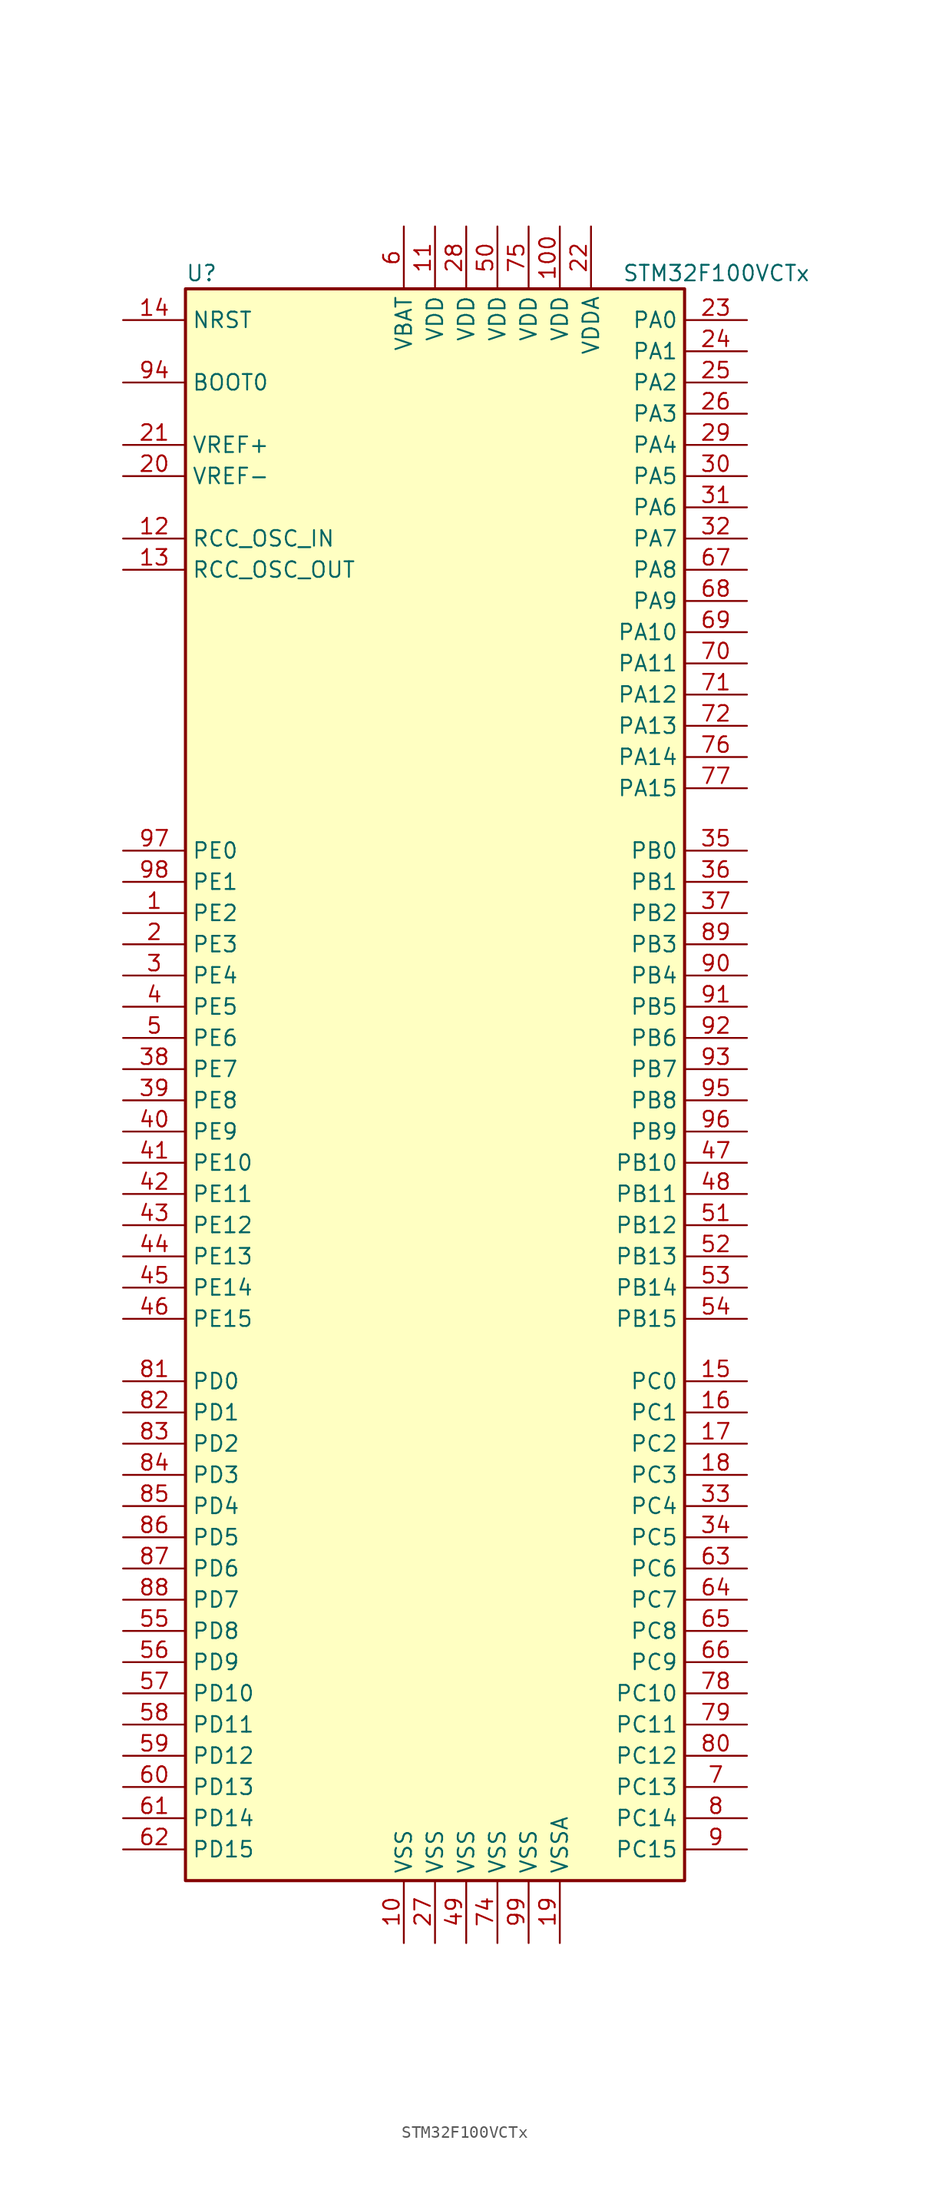
<source format=kicad_sym>
(kicad_symbol_lib
  (version 20201005)
  (generator kicad_symbol_editor)
  (symbol "STM32F100VCTx"
    (property "Reference" "U"
      (at -20.32 64.77 0)
      (effects (font (size 1.27 1.27)) (justify left)))
    (property "Value" "STM32F100VCTx"
      (at 15.24 64.77 0)
      (effects (font (size 1.27 1.27)) (justify left)))
    (symbol "STM32F100VCTx_0_1"
      (rectangle (start -20.32 -66.04) (end 20.32 63.5) (stroke (width 0.254)) (fill (type background))))
    (symbol "STM32F100VCTx_1_1"
      (pin bidirectional line (at -25.4 12.7 0) (length 5.08) (name "PE2" (effects (font (size 1.27 1.27)))) (number "1" (effects (font (size 1.27 1.27)))))
      (pin power_in line (at -2.54 -71.12 90) (length 5.08) (name "VSS" (effects (font (size 1.27 1.27)))) (number "10" (effects (font (size 1.27 1.27)))))
      (pin power_in line (at 10.16 68.58 270) (length 5.08) (name "VDD" (effects (font (size 1.27 1.27)))) (number "100" (effects (font (size 1.27 1.27)))))
      (pin power_in line (at 0 68.58 270) (length 5.08) (name "VDD" (effects (font (size 1.27 1.27)))) (number "11" (effects (font (size 1.27 1.27)))))
      (pin input line (at -25.4 43.18 0) (length 5.08) (name "RCC_OSC_IN" (effects (font (size 1.27 1.27)))) (number "12" (effects (font (size 1.27 1.27)))))
      (pin input line (at -25.4 40.64 0) (length 5.08) (name "RCC_OSC_OUT" (effects (font (size 1.27 1.27)))) (number "13" (effects (font (size 1.27 1.27)))))
      (pin input line (at -25.4 60.96 0) (length 5.08) (name "NRST" (effects (font (size 1.27 1.27)))) (number "14" (effects (font (size 1.27 1.27)))))
      (pin bidirectional line (at 25.4 -25.4 180) (length 5.08) (name "PC0" (effects (font (size 1.27 1.27)))) (number "15" (effects (font (size 1.27 1.27)))))
      (pin bidirectional line (at 25.4 -27.94 180) (length 5.08) (name "PC1" (effects (font (size 1.27 1.27)))) (number "16" (effects (font (size 1.27 1.27)))))
      (pin bidirectional line (at 25.4 -30.48 180) (length 5.08) (name "PC2" (effects (font (size 1.27 1.27)))) (number "17" (effects (font (size 1.27 1.27)))))
      (pin bidirectional line (at 25.4 -33.02 180) (length 5.08) (name "PC3" (effects (font (size 1.27 1.27)))) (number "18" (effects (font (size 1.27 1.27)))))
      (pin power_in line (at 10.16 -71.12 90) (length 5.08) (name "VSSA" (effects (font (size 1.27 1.27)))) (number "19" (effects (font (size 1.27 1.27)))))
      (pin bidirectional line (at -25.4 10.16 0) (length 5.08) (name "PE3" (effects (font (size 1.27 1.27)))) (number "2" (effects (font (size 1.27 1.27)))))
      (pin power_in line (at -25.4 48.26 0) (length 5.08) (name "VREF-" (effects (font (size 1.27 1.27)))) (number "20" (effects (font (size 1.27 1.27)))))
      (pin power_in line (at -25.4 50.8 0) (length 5.08) (name "VREF+" (effects (font (size 1.27 1.27)))) (number "21" (effects (font (size 1.27 1.27)))))
      (pin power_in line (at 12.7 68.58 270) (length 5.08) (name "VDDA" (effects (font (size 1.27 1.27)))) (number "22" (effects (font (size 1.27 1.27)))))
      (pin bidirectional line (at 25.4 60.96 180) (length 5.08) (name "PA0" (effects (font (size 1.27 1.27)))) (number "23" (effects (font (size 1.27 1.27)))))
      (pin bidirectional line (at 25.4 58.42 180) (length 5.08) (name "PA1" (effects (font (size 1.27 1.27)))) (number "24" (effects (font (size 1.27 1.27)))))
      (pin bidirectional line (at 25.4 55.88 180) (length 5.08) (name "PA2" (effects (font (size 1.27 1.27)))) (number "25" (effects (font (size 1.27 1.27)))))
      (pin bidirectional line (at 25.4 53.34 180) (length 5.08) (name "PA3" (effects (font (size 1.27 1.27)))) (number "26" (effects (font (size 1.27 1.27)))))
      (pin power_in line (at 0 -71.12 90) (length 5.08) (name "VSS" (effects (font (size 1.27 1.27)))) (number "27" (effects (font (size 1.27 1.27)))))
      (pin power_in line (at 2.54 68.58 270) (length 5.08) (name "VDD" (effects (font (size 1.27 1.27)))) (number "28" (effects (font (size 1.27 1.27)))))
      (pin bidirectional line (at 25.4 50.8 180) (length 5.08) (name "PA4" (effects (font (size 1.27 1.27)))) (number "29" (effects (font (size 1.27 1.27)))))
      (pin bidirectional line (at -25.4 7.62 0) (length 5.08) (name "PE4" (effects (font (size 1.27 1.27)))) (number "3" (effects (font (size 1.27 1.27)))))
      (pin bidirectional line (at 25.4 48.26 180) (length 5.08) (name "PA5" (effects (font (size 1.27 1.27)))) (number "30" (effects (font (size 1.27 1.27)))))
      (pin bidirectional line (at 25.4 45.72 180) (length 5.08) (name "PA6" (effects (font (size 1.27 1.27)))) (number "31" (effects (font (size 1.27 1.27)))))
      (pin bidirectional line (at 25.4 43.18 180) (length 5.08) (name "PA7" (effects (font (size 1.27 1.27)))) (number "32" (effects (font (size 1.27 1.27)))))
      (pin bidirectional line (at 25.4 -35.56 180) (length 5.08) (name "PC4" (effects (font (size 1.27 1.27)))) (number "33" (effects (font (size 1.27 1.27)))))
      (pin bidirectional line (at 25.4 -38.1 180) (length 5.08) (name "PC5" (effects (font (size 1.27 1.27)))) (number "34" (effects (font (size 1.27 1.27)))))
      (pin bidirectional line (at 25.4 17.78 180) (length 5.08) (name "PB0" (effects (font (size 1.27 1.27)))) (number "35" (effects (font (size 1.27 1.27)))))
      (pin bidirectional line (at 25.4 15.24 180) (length 5.08) (name "PB1" (effects (font (size 1.27 1.27)))) (number "36" (effects (font (size 1.27 1.27)))))
      (pin bidirectional line (at 25.4 12.7 180) (length 5.08) (name "PB2" (effects (font (size 1.27 1.27)))) (number "37" (effects (font (size 1.27 1.27)))))
      (pin bidirectional line (at -25.4 0 0) (length 5.08) (name "PE7" (effects (font (size 1.27 1.27)))) (number "38" (effects (font (size 1.27 1.27)))))
      (pin bidirectional line (at -25.4 -2.54 0) (length 5.08) (name "PE8" (effects (font (size 1.27 1.27)))) (number "39" (effects (font (size 1.27 1.27)))))
      (pin bidirectional line (at -25.4 5.08 0) (length 5.08) (name "PE5" (effects (font (size 1.27 1.27)))) (number "4" (effects (font (size 1.27 1.27)))))
      (pin bidirectional line (at -25.4 -5.08 0) (length 5.08) (name "PE9" (effects (font (size 1.27 1.27)))) (number "40" (effects (font (size 1.27 1.27)))))
      (pin bidirectional line (at -25.4 -7.62 0) (length 5.08) (name "PE10" (effects (font (size 1.27 1.27)))) (number "41" (effects (font (size 1.27 1.27)))))
      (pin bidirectional line (at -25.4 -10.16 0) (length 5.08) (name "PE11" (effects (font (size 1.27 1.27)))) (number "42" (effects (font (size 1.27 1.27)))))
      (pin bidirectional line (at -25.4 -12.7 0) (length 5.08) (name "PE12" (effects (font (size 1.27 1.27)))) (number "43" (effects (font (size 1.27 1.27)))))
      (pin bidirectional line (at -25.4 -15.24 0) (length 5.08) (name "PE13" (effects (font (size 1.27 1.27)))) (number "44" (effects (font (size 1.27 1.27)))))
      (pin bidirectional line (at -25.4 -17.78 0) (length 5.08) (name "PE14" (effects (font (size 1.27 1.27)))) (number "45" (effects (font (size 1.27 1.27)))))
      (pin bidirectional line (at -25.4 -20.32 0) (length 5.08) (name "PE15" (effects (font (size 1.27 1.27)))) (number "46" (effects (font (size 1.27 1.27)))))
      (pin bidirectional line (at 25.4 -7.62 180) (length 5.08) (name "PB10" (effects (font (size 1.27 1.27)))) (number "47" (effects (font (size 1.27 1.27)))))
      (pin bidirectional line (at 25.4 -10.16 180) (length 5.08) (name "PB11" (effects (font (size 1.27 1.27)))) (number "48" (effects (font (size 1.27 1.27)))))
      (pin power_in line (at 2.54 -71.12 90) (length 5.08) (name "VSS" (effects (font (size 1.27 1.27)))) (number "49" (effects (font (size 1.27 1.27)))))
      (pin bidirectional line (at -25.4 2.54 0) (length 5.08) (name "PE6" (effects (font (size 1.27 1.27)))) (number "5" (effects (font (size 1.27 1.27)))))
      (pin power_in line (at 5.08 68.58 270) (length 5.08) (name "VDD" (effects (font (size 1.27 1.27)))) (number "50" (effects (font (size 1.27 1.27)))))
      (pin bidirectional line (at 25.4 -12.7 180) (length 5.08) (name "PB12" (effects (font (size 1.27 1.27)))) (number "51" (effects (font (size 1.27 1.27)))))
      (pin bidirectional line (at 25.4 -15.24 180) (length 5.08) (name "PB13" (effects (font (size 1.27 1.27)))) (number "52" (effects (font (size 1.27 1.27)))))
      (pin bidirectional line (at 25.4 -17.78 180) (length 5.08) (name "PB14" (effects (font (size 1.27 1.27)))) (number "53" (effects (font (size 1.27 1.27)))))
      (pin bidirectional line (at 25.4 -20.32 180) (length 5.08) (name "PB15" (effects (font (size 1.27 1.27)))) (number "54" (effects (font (size 1.27 1.27)))))
      (pin bidirectional line (at -25.4 -45.72 0) (length 5.08) (name "PD8" (effects (font (size 1.27 1.27)))) (number "55" (effects (font (size 1.27 1.27)))))
      (pin bidirectional line (at -25.4 -48.26 0) (length 5.08) (name "PD9" (effects (font (size 1.27 1.27)))) (number "56" (effects (font (size 1.27 1.27)))))
      (pin bidirectional line (at -25.4 -50.8 0) (length 5.08) (name "PD10" (effects (font (size 1.27 1.27)))) (number "57" (effects (font (size 1.27 1.27)))))
      (pin bidirectional line (at -25.4 -53.34 0) (length 5.08) (name "PD11" (effects (font (size 1.27 1.27)))) (number "58" (effects (font (size 1.27 1.27)))))
      (pin bidirectional line (at -25.4 -55.88 0) (length 5.08) (name "PD12" (effects (font (size 1.27 1.27)))) (number "59" (effects (font (size 1.27 1.27)))))
      (pin power_in line (at -2.54 68.58 270) (length 5.08) (name "VBAT" (effects (font (size 1.27 1.27)))) (number "6" (effects (font (size 1.27 1.27)))))
      (pin bidirectional line (at -25.4 -58.42 0) (length 5.08) (name "PD13" (effects (font (size 1.27 1.27)))) (number "60" (effects (font (size 1.27 1.27)))))
      (pin bidirectional line (at -25.4 -60.96 0) (length 5.08) (name "PD14" (effects (font (size 1.27 1.27)))) (number "61" (effects (font (size 1.27 1.27)))))
      (pin bidirectional line (at -25.4 -63.5 0) (length 5.08) (name "PD15" (effects (font (size 1.27 1.27)))) (number "62" (effects (font (size 1.27 1.27)))))
      (pin bidirectional line (at 25.4 -40.64 180) (length 5.08) (name "PC6" (effects (font (size 1.27 1.27)))) (number "63" (effects (font (size 1.27 1.27)))))
      (pin bidirectional line (at 25.4 -43.18 180) (length 5.08) (name "PC7" (effects (font (size 1.27 1.27)))) (number "64" (effects (font (size 1.27 1.27)))))
      (pin bidirectional line (at 25.4 -45.72 180) (length 5.08) (name "PC8" (effects (font (size 1.27 1.27)))) (number "65" (effects (font (size 1.27 1.27)))))
      (pin bidirectional line (at 25.4 -48.26 180) (length 5.08) (name "PC9" (effects (font (size 1.27 1.27)))) (number "66" (effects (font (size 1.27 1.27)))))
      (pin bidirectional line (at 25.4 40.64 180) (length 5.08) (name "PA8" (effects (font (size 1.27 1.27)))) (number "67" (effects (font (size 1.27 1.27)))))
      (pin bidirectional line (at 25.4 38.1 180) (length 5.08) (name "PA9" (effects (font (size 1.27 1.27)))) (number "68" (effects (font (size 1.27 1.27)))))
      (pin bidirectional line (at 25.4 35.56 180) (length 5.08) (name "PA10" (effects (font (size 1.27 1.27)))) (number "69" (effects (font (size 1.27 1.27)))))
      (pin bidirectional line (at 25.4 -58.42 180) (length 5.08) (name "PC13" (effects (font (size 1.27 1.27)))) (number "7" (effects (font (size 1.27 1.27)))))
      (pin bidirectional line (at 25.4 33.02 180) (length 5.08) (name "PA11" (effects (font (size 1.27 1.27)))) (number "70" (effects (font (size 1.27 1.27)))))
      (pin bidirectional line (at 25.4 30.48 180) (length 5.08) (name "PA12" (effects (font (size 1.27 1.27)))) (number "71" (effects (font (size 1.27 1.27)))))
      (pin bidirectional line (at 25.4 27.94 180) (length 5.08) (name "PA13" (effects (font (size 1.27 1.27)))) (number "72" (effects (font (size 1.27 1.27)))))
      (pin no_connect line (at -20.32 -63.5 0) (length 5.08) hide (name "NC" (effects (font (size 1.27 1.27)))) (number "73" (effects (font (size 1.27 1.27)))))
      (pin power_in line (at 5.08 -71.12 90) (length 5.08) (name "VSS" (effects (font (size 1.27 1.27)))) (number "74" (effects (font (size 1.27 1.27)))))
      (pin power_in line (at 7.62 68.58 270) (length 5.08) (name "VDD" (effects (font (size 1.27 1.27)))) (number "75" (effects (font (size 1.27 1.27)))))
      (pin bidirectional line (at 25.4 25.4 180) (length 5.08) (name "PA14" (effects (font (size 1.27 1.27)))) (number "76" (effects (font (size 1.27 1.27)))))
      (pin bidirectional line (at 25.4 22.86 180) (length 5.08) (name "PA15" (effects (font (size 1.27 1.27)))) (number "77" (effects (font (size 1.27 1.27)))))
      (pin bidirectional line (at 25.4 -50.8 180) (length 5.08) (name "PC10" (effects (font (size 1.27 1.27)))) (number "78" (effects (font (size 1.27 1.27)))))
      (pin bidirectional line (at 25.4 -53.34 180) (length 5.08) (name "PC11" (effects (font (size 1.27 1.27)))) (number "79" (effects (font (size 1.27 1.27)))))
      (pin bidirectional line (at 25.4 -60.96 180) (length 5.08) (name "PC14" (effects (font (size 1.27 1.27)))) (number "8" (effects (font (size 1.27 1.27)))))
      (pin bidirectional line (at 25.4 -55.88 180) (length 5.08) (name "PC12" (effects (font (size 1.27 1.27)))) (number "80" (effects (font (size 1.27 1.27)))))
      (pin bidirectional line (at -25.4 -25.4 0) (length 5.08) (name "PD0" (effects (font (size 1.27 1.27)))) (number "81" (effects (font (size 1.27 1.27)))))
      (pin bidirectional line (at -25.4 -27.94 0) (length 5.08) (name "PD1" (effects (font (size 1.27 1.27)))) (number "82" (effects (font (size 1.27 1.27)))))
      (pin bidirectional line (at -25.4 -30.48 0) (length 5.08) (name "PD2" (effects (font (size 1.27 1.27)))) (number "83" (effects (font (size 1.27 1.27)))))
      (pin bidirectional line (at -25.4 -33.02 0) (length 5.08) (name "PD3" (effects (font (size 1.27 1.27)))) (number "84" (effects (font (size 1.27 1.27)))))
      (pin bidirectional line (at -25.4 -35.56 0) (length 5.08) (name "PD4" (effects (font (size 1.27 1.27)))) (number "85" (effects (font (size 1.27 1.27)))))
      (pin bidirectional line (at -25.4 -38.1 0) (length 5.08) (name "PD5" (effects (font (size 1.27 1.27)))) (number "86" (effects (font (size 1.27 1.27)))))
      (pin bidirectional line (at -25.4 -40.64 0) (length 5.08) (name "PD6" (effects (font (size 1.27 1.27)))) (number "87" (effects (font (size 1.27 1.27)))))
      (pin bidirectional line (at -25.4 -43.18 0) (length 5.08) (name "PD7" (effects (font (size 1.27 1.27)))) (number "88" (effects (font (size 1.27 1.27)))))
      (pin bidirectional line (at 25.4 10.16 180) (length 5.08) (name "PB3" (effects (font (size 1.27 1.27)))) (number "89" (effects (font (size 1.27 1.27)))))
      (pin bidirectional line (at 25.4 -63.5 180) (length 5.08) (name "PC15" (effects (font (size 1.27 1.27)))) (number "9" (effects (font (size 1.27 1.27)))))
      (pin bidirectional line (at 25.4 7.62 180) (length 5.08) (name "PB4" (effects (font (size 1.27 1.27)))) (number "90" (effects (font (size 1.27 1.27)))))
      (pin bidirectional line (at 25.4 5.08 180) (length 5.08) (name "PB5" (effects (font (size 1.27 1.27)))) (number "91" (effects (font (size 1.27 1.27)))))
      (pin bidirectional line (at 25.4 2.54 180) (length 5.08) (name "PB6" (effects (font (size 1.27 1.27)))) (number "92" (effects (font (size 1.27 1.27)))))
      (pin bidirectional line (at 25.4 0 180) (length 5.08) (name "PB7" (effects (font (size 1.27 1.27)))) (number "93" (effects (font (size 1.27 1.27)))))
      (pin input line (at -25.4 55.88 0) (length 5.08) (name "BOOT0" (effects (font (size 1.27 1.27)))) (number "94" (effects (font (size 1.27 1.27)))))
      (pin bidirectional line (at 25.4 -2.54 180) (length 5.08) (name "PB8" (effects (font (size 1.27 1.27)))) (number "95" (effects (font (size 1.27 1.27)))))
      (pin bidirectional line (at 25.4 -5.08 180) (length 5.08) (name "PB9" (effects (font (size 1.27 1.27)))) (number "96" (effects (font (size 1.27 1.27)))))
      (pin bidirectional line (at -25.4 17.78 0) (length 5.08) (name "PE0" (effects (font (size 1.27 1.27)))) (number "97" (effects (font (size 1.27 1.27)))))
      (pin bidirectional line (at -25.4 15.24 0) (length 5.08) (name "PE1" (effects (font (size 1.27 1.27)))) (number "98" (effects (font (size 1.27 1.27)))))
      (pin power_in line (at 7.62 -71.12 90) (length 5.08) (name "VSS" (effects (font (size 1.27 1.27)))) (number "99" (effects (font (size 1.27 1.27))))))))
</source>
